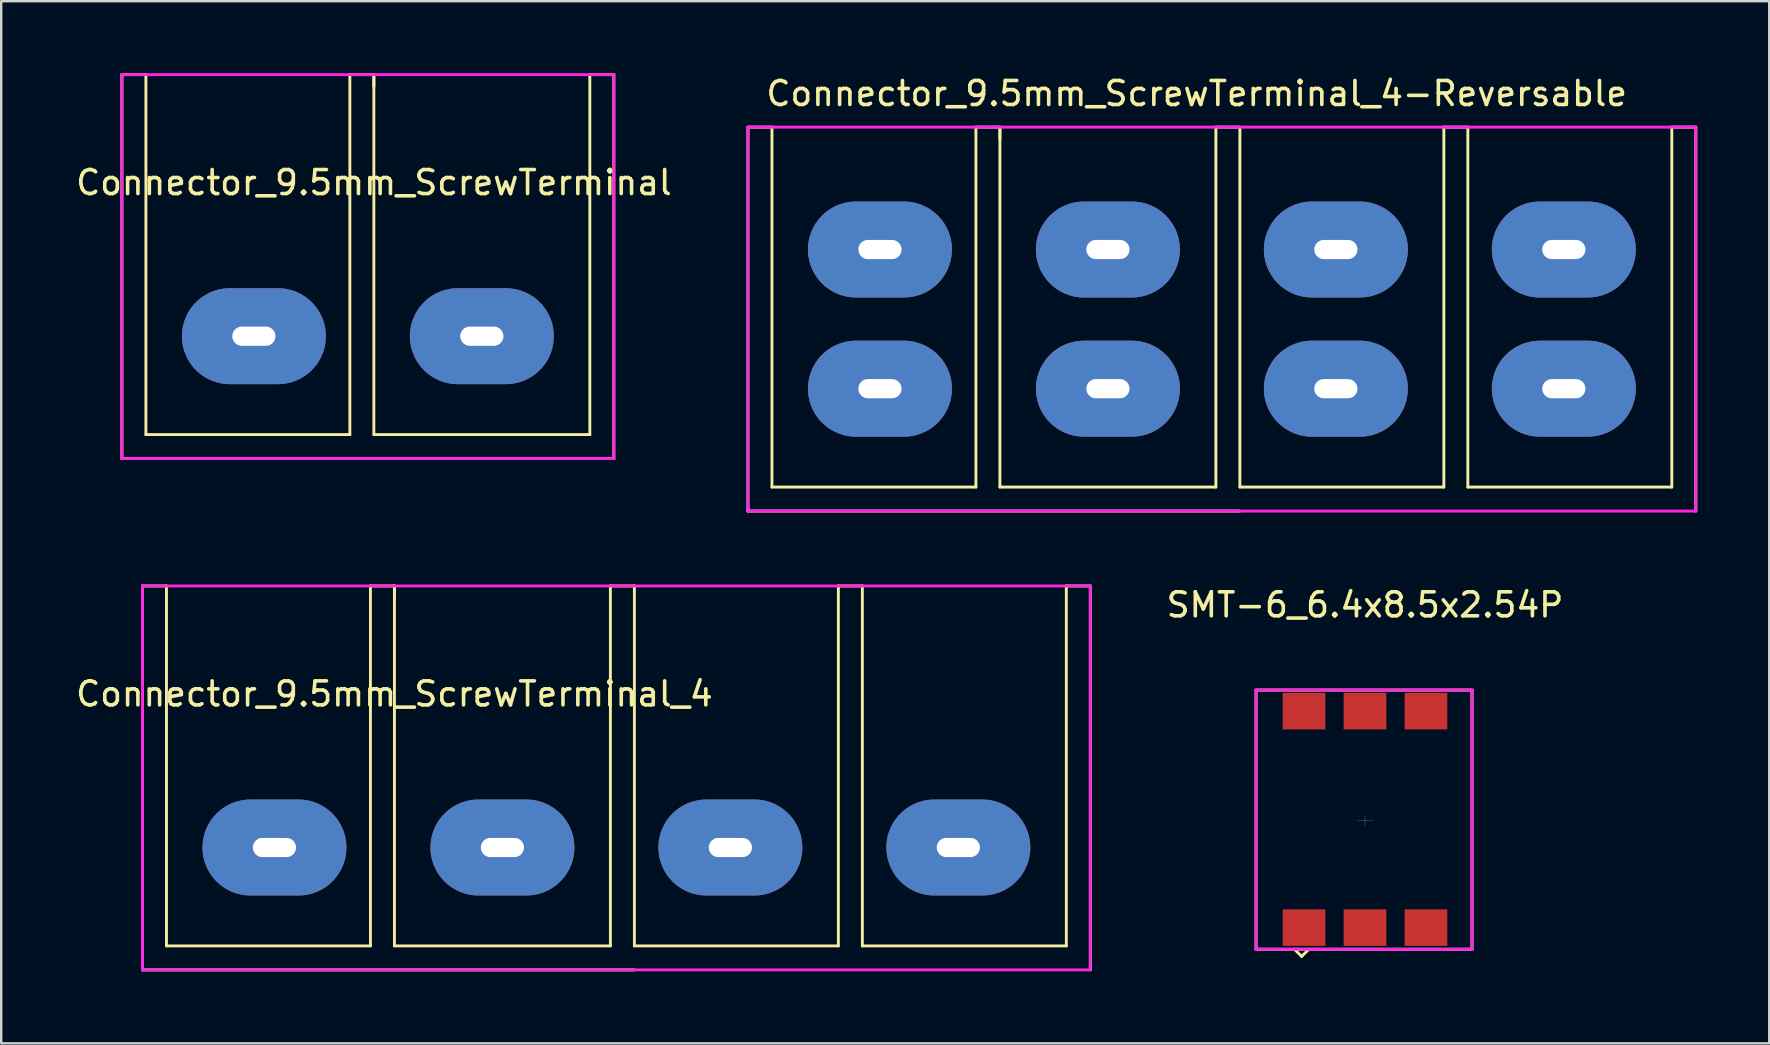
<source format=kicad_pcb>
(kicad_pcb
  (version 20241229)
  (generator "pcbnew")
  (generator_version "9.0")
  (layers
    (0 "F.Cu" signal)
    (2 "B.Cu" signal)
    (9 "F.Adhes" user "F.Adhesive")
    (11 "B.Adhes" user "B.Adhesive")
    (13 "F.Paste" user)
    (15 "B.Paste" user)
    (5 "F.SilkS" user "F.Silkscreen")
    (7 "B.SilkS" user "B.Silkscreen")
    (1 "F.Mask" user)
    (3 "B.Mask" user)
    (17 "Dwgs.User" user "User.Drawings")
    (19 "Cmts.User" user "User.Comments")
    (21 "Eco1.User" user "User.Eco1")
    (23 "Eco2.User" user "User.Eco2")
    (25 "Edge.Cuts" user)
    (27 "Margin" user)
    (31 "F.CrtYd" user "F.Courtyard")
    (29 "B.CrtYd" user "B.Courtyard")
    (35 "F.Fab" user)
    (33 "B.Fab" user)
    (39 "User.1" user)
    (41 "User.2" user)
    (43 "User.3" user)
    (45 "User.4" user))
  (footprint "Connector_9.5mm_ScrewTerminal_4-Reversable"
    (layer "F.Cu")
    (at 38.12 10.248)
    (property "Reference" "Connector_9.5mm_ScrewTerminal_4-Reversable" (at 8.7 -9.4 0) (layer "F.SilkS") (effects (font (size 1 1) (thickness 0.15))))
    (attr through_hole)
    (fp_line (start -10 -8) (end -10 8) (stroke (width 0.12) (type solid)) (layer "F.SilkS"))
    (fp_line (start -10 -8) (end -9 -8) (stroke (width 0.12) (type solid)) (layer "F.SilkS"))
    (fp_line (start -10 8) (end 10.5 8) (stroke (width 0.12) (type solid)) (layer "F.SilkS"))
    (fp_line (start -9 7) (end -9 -8) (stroke (width 0.12) (type solid)) (layer "F.SilkS"))
    (fp_line (start -0.5 -8) (end 0.5 -8) (stroke (width 0.12) (type solid)) (layer "F.SilkS"))
    (fp_line (start -0.5 7) (end -9 7) (stroke (width 0.12) (type solid)) (layer "F.SilkS"))
    (fp_line (start -0.5 7) (end -0.5 -8) (stroke (width 0.12) (type solid)) (layer "F.SilkS"))
    (fp_line (start 0.5 -8) (end 0.5 7) (stroke (width 0.12) (type solid)) (layer "F.SilkS"))
    (fp_line (start 0.5 -7.5) (end 0.5 -8) (stroke (width 0.12) (type solid)) (layer "F.SilkS"))
    (fp_line (start 0.5 7) (end 9.5 7) (stroke (width 0.12) (type solid)) (layer "F.SilkS"))
    (fp_line (start 9.5 -8) (end 9.5 7) (stroke (width 0.12) (type solid)) (layer "F.SilkS"))
    (fp_line (start 9.5 -8) (end 10.5 -8) (stroke (width 0.12) (type solid)) (layer "F.SilkS"))
    (fp_line (start 10.5 -8) (end 10.5 7) (stroke (width 0.12) (type solid)) (layer "F.SilkS"))
    (fp_line (start 10.5 7) (end 19 7) (stroke (width 0.12) (type solid)) (layer "F.SilkS"))
    (fp_line (start 19 -8) (end 19 7) (stroke (width 0.12) (type solid)) (layer "F.SilkS"))
    (fp_line (start 20 -8) (end 19 -8) (stroke (width 0.12) (type solid)) (layer "F.SilkS"))
    (fp_line (start 20 7) (end 20 -8) (stroke (width 0.12) (type solid)) (layer "F.SilkS"))
    (fp_line (start 28.5 -8) (end 28.5 7) (stroke (width 0.12) (type solid)) (layer "F.SilkS"))
    (fp_line (start 28.5 -8) (end 29.5 -8) (stroke (width 0.12) (type solid)) (layer "F.SilkS"))
    (fp_line (start 28.5 7) (end 20 7) (stroke (width 0.12) (type solid)) (layer "F.SilkS"))
    (fp_line (start 29.5 8) (end 29.5 -8) (stroke (width 0.12) (type solid)) (layer "F.SilkS"))
    (fp_line (start -10 -8) (end 29.5 -8) (stroke (width 0.12) (type solid)) (layer "F.CrtYd"))
    (fp_line (start -10 8) (end -10 -8) (stroke (width 0.12) (type solid)) (layer "F.CrtYd"))
    (fp_line (start -10 8) (end 29.5 8) (stroke (width 0.12) (type solid)) (layer "F.CrtYd"))
    (fp_line (start 29.5 -8) (end 29.5 8) (stroke (width 0.12) (type solid)) (layer "F.CrtYd"))
    (pad "1" thru_hole oval (at -4.5 -2.9) (size 6 4) (drill oval 1.8 0.8) (layers "*.Cu" "*.Mask"))
    (pad "1" thru_hole oval (at -4.5 2.9) (size 6 4) (drill oval 1.8 0.8) (layers "*.Cu" "*.Mask"))
    (pad "2" thru_hole oval (at 5 -2.9) (size 6 4) (drill oval 1.8 0.8) (layers "*.Cu" "*.Mask"))
    (pad "2" thru_hole oval (at 5 2.9) (size 6 4) (drill oval 1.8 0.8) (layers "*.Cu" "*.Mask"))
    (pad "3" thru_hole oval (at 14.5 -2.9) (size 6 4) (drill oval 1.8 0.8) (layers "*.Cu" "*.Mask"))
    (pad "3" thru_hole oval (at 14.5 2.9) (size 6 4) (drill oval 1.8 0.8) (layers "*.Cu" "*.Mask"))
    (pad "4" thru_hole oval (at 24 -2.9) (size 6 4) (drill oval 1.8 0.8) (layers "*.Cu" "*.Mask"))
    (pad "4" thru_hole oval (at 24 2.9) (size 6 4) (drill oval 1.8 0.8) (layers "*.Cu" "*.Mask")))
  (footprint "SMT-6_6.4x8.5x2.54P"
    (layer "F.Cu")
    (at 53.834 31.157)
    (property "Reference" "SMT-6_6.4x8.5x2.54P" (at 0 -9 0) (layer "F.SilkS") (effects (font (size 1 1) (thickness 0.15))))
    (attr through_hole)
    (fp_line (start -4.54 -5.45) (end -4.54 5.35) (stroke (width 0.12) (type solid)) (layer "F.SilkS"))
    (fp_line (start -4.54 5.35) (end 4.46 5.35) (stroke (width 0.12) (type solid)) (layer "F.SilkS"))
    (fp_line (start -2.94 5.35) (end -2.64 5.65) (stroke (width 0.12) (type solid)) (layer "F.SilkS"))
    (fp_line (start -2.64 5.65) (end -2.34 5.35) (stroke (width 0.12) (type solid)) (layer "F.SilkS"))
    (fp_line (start 4.46 -5.45) (end -4.54 -5.45) (stroke (width 0.12) (type solid)) (layer "F.SilkS"))
    (fp_line (start 4.46 5.35) (end 4.46 -5.45) (stroke (width 0.12) (type solid)) (layer "F.SilkS"))
    (fp_line (start 0 -0.2) (end 0 0.2) (stroke (width 0.01) (type solid)) (layer "Dwgs.User"))
    (fp_line (start 0.35 0) (end -0.31 0) (stroke (width 0.01) (type solid)) (layer "Dwgs.User"))
    (fp_line (start -4.54 -5.45) (end -4.54 5.35) (stroke (width 0.12) (type solid)) (layer "F.CrtYd"))
    (fp_line (start -4.54 5.35) (end 4.46 5.35) (stroke (width 0.12) (type solid)) (layer "F.CrtYd"))
    (fp_line (start 4.46 -5.45) (end -4.54 -5.45) (stroke (width 0.12) (type solid)) (layer "F.CrtYd"))
    (fp_line (start 4.46 5.35) (end 4.46 -5.45) (stroke (width 0.12) (type solid)) (layer "F.CrtYd"))
    (pad "1" smd rect (at -2.54 4.45) (size 1.78 1.52) (layers "F.Cu" "F.Mask" "F.Paste"))
    (pad "2" smd rect (at 0 4.45) (size 1.78 1.52) (layers "F.Cu" "F.Mask" "F.Paste"))
    (pad "3" smd rect (at 2.54 4.45) (size 1.78 1.52) (layers "F.Cu" "F.Mask" "F.Paste"))
    (pad "4" smd rect (at 2.54 -4.57) (size 1.78 1.52) (layers "F.Cu" "F.Mask" "F.Paste"))
    (pad "5" smd rect (at 0 -4.57) (size 1.78 1.52) (layers "F.Cu" "F.Mask" "F.Paste"))
    (pad "6" smd rect (at -2.54 -4.57) (size 1.78 1.52) (layers "F.Cu" "F.Mask" "F.Paste")))
  (footprint "Connector_9.5mm_ScrewTerminal_4"
    (layer "F.Cu")
    (at 12.887 29.368)
    (property "Reference" "Connector_9.5mm_ScrewTerminal_4" (at 0.5 -3.5 0) (layer "F.SilkS") (effects (font (size 1 1) (thickness 0.15))))
    (attr through_hole)
    (fp_line (start -10 -8) (end -10 8) (stroke (width 0.12) (type solid)) (layer "F.SilkS"))
    (fp_line (start -10 -8) (end -9 -8) (stroke (width 0.12) (type solid)) (layer "F.SilkS"))
    (fp_line (start -10 8) (end 10.5 8) (stroke (width 0.12) (type solid)) (layer "F.SilkS"))
    (fp_line (start -9 7) (end -9 -8) (stroke (width 0.12) (type solid)) (layer "F.SilkS"))
    (fp_line (start -0.5 -8) (end 0.5 -8) (stroke (width 0.12) (type solid)) (layer "F.SilkS"))
    (fp_line (start -0.5 7) (end -9 7) (stroke (width 0.12) (type solid)) (layer "F.SilkS"))
    (fp_line (start -0.5 7) (end -0.5 -8) (stroke (width 0.12) (type solid)) (layer "F.SilkS"))
    (fp_line (start 0.5 -8) (end 0.5 7) (stroke (width 0.12) (type solid)) (layer "F.SilkS"))
    (fp_line (start 0.5 -7.5) (end 0.5 -8) (stroke (width 0.12) (type solid)) (layer "F.SilkS"))
    (fp_line (start 0.5 7) (end 9.5 7) (stroke (width 0.12) (type solid)) (layer "F.SilkS"))
    (fp_line (start 9.5 -8) (end 9.5 7) (stroke (width 0.12) (type solid)) (layer "F.SilkS"))
    (fp_line (start 9.5 -8) (end 10.5 -8) (stroke (width 0.12) (type solid)) (layer "F.SilkS"))
    (fp_line (start 10.5 -8) (end 10.5 7) (stroke (width 0.12) (type solid)) (layer "F.SilkS"))
    (fp_line (start 10.5 7) (end 19 7) (stroke (width 0.12) (type solid)) (layer "F.SilkS"))
    (fp_line (start 19 -8) (end 19 7) (stroke (width 0.12) (type solid)) (layer "F.SilkS"))
    (fp_line (start 20 -8) (end 19 -8) (stroke (width 0.12) (type solid)) (layer "F.SilkS"))
    (fp_line (start 20 7) (end 20 -8) (stroke (width 0.12) (type solid)) (layer "F.SilkS"))
    (fp_line (start 28.5 -8) (end 28.5 7) (stroke (width 0.12) (type solid)) (layer "F.SilkS"))
    (fp_line (start 28.5 -8) (end 29.5 -8) (stroke (width 0.12) (type solid)) (layer "F.SilkS"))
    (fp_line (start 28.5 7) (end 20 7) (stroke (width 0.12) (type solid)) (layer "F.SilkS"))
    (fp_line (start 29.5 8) (end 29.5 -8) (stroke (width 0.12) (type solid)) (layer "F.SilkS"))
    (fp_line (start -10 -8) (end 29.5 -8) (stroke (width 0.12) (type solid)) (layer "F.CrtYd"))
    (fp_line (start -10 8) (end -10 -8) (stroke (width 0.12) (type solid)) (layer "F.CrtYd"))
    (fp_line (start -10 8) (end 29.5 8) (stroke (width 0.12) (type solid)) (layer "F.CrtYd"))
    (fp_line (start 29.5 -8) (end 29.5 8) (stroke (width 0.12) (type solid)) (layer "F.CrtYd"))
    (pad "1" thru_hole oval (at -4.5 2.9) (size 6 4) (drill oval 1.8 0.8) (layers "*.Cu" "*.Mask"))
    (pad "2" thru_hole oval (at 5 2.9) (size 6 4) (drill oval 1.8 0.8) (layers "*.Cu" "*.Mask"))
    (pad "3" thru_hole oval (at 14.5 2.9) (size 6 4) (drill oval 1.8 0.8) (layers "*.Cu" "*.Mask"))
    (pad "4" thru_hole oval (at 24 2.9) (size 6 4) (drill oval 1.8 0.8) (layers "*.Cu" "*.Mask")))
  (footprint "Connector_9.5mm_ScrewTerminal"
    (layer "F.Cu")
    (at 12.03 8.06)
    (property "Reference" "Connector_9.5mm_ScrewTerminal" (at 0.5 -3.5 0) (layer "F.SilkS") (effects (font (size 1 1) (thickness 0.15))))
    (attr through_hole)
    (fp_line (start -10 -8) (end -10 8) (stroke (width 0.12) (type solid)) (layer "F.SilkS"))
    (fp_line (start -10 -8) (end -9 -8) (stroke (width 0.12) (type solid)) (layer "F.SilkS"))
    (fp_line (start -10 8) (end 10.5 8) (stroke (width 0.12) (type solid)) (layer "F.SilkS"))
    (fp_line (start -9 7) (end -9 -8) (stroke (width 0.12) (type solid)) (layer "F.SilkS"))
    (fp_line (start -0.5 -8) (end 0.5 -8) (stroke (width 0.12) (type solid)) (layer "F.SilkS"))
    (fp_line (start -0.5 7) (end -9 7) (stroke (width 0.12) (type solid)) (layer "F.SilkS"))
    (fp_line (start -0.5 7) (end -0.5 -8) (stroke (width 0.12) (type solid)) (layer "F.SilkS"))
    (fp_line (start 0.5 -8) (end 0.5 7) (stroke (width 0.12) (type solid)) (layer "F.SilkS"))
    (fp_line (start 0.5 -7.5) (end 0.5 -8) (stroke (width 0.12) (type solid)) (layer "F.SilkS"))
    (fp_line (start 0.5 7) (end 9.5 7) (stroke (width 0.12) (type solid)) (layer "F.SilkS"))
    (fp_line (start 9.5 -8) (end 9.5 7) (stroke (width 0.12) (type solid)) (layer "F.SilkS"))
    (fp_line (start 9.5 -8) (end 10.5 -8) (stroke (width 0.12) (type solid)) (layer "F.SilkS"))
    (fp_line (start 10.5 8) (end 10.5 -8) (stroke (width 0.12) (type solid)) (layer "F.SilkS"))
    (fp_line (start -10 -8) (end 10.5 -8) (stroke (width 0.12) (type solid)) (layer "F.CrtYd"))
    (fp_line (start -10 8) (end -10 -8) (stroke (width 0.12) (type solid)) (layer "F.CrtYd"))
    (fp_line (start -10 8) (end 10.5 8) (stroke (width 0.12) (type solid)) (layer "F.CrtYd"))
    (fp_line (start 10.5 -8) (end 10.5 8) (stroke (width 0.12) (type solid)) (layer "F.CrtYd"))
    (pad "1" thru_hole oval (at -4.5 2.9) (size 6 4) (drill oval 1.8 0.8) (layers "*.Cu" "*.Mask"))
    (pad "2" thru_hole oval (at 5 2.9) (size 6 4) (drill oval 1.8 0.8) (layers "*.Cu" "*.Mask")))
  (gr_rect
    (start -3 -3)
    (end 70.68 40.428)
    (stroke (width 0.1) (type default))
    (fill no)
    (layer "Edge.Cuts")))
</source>
